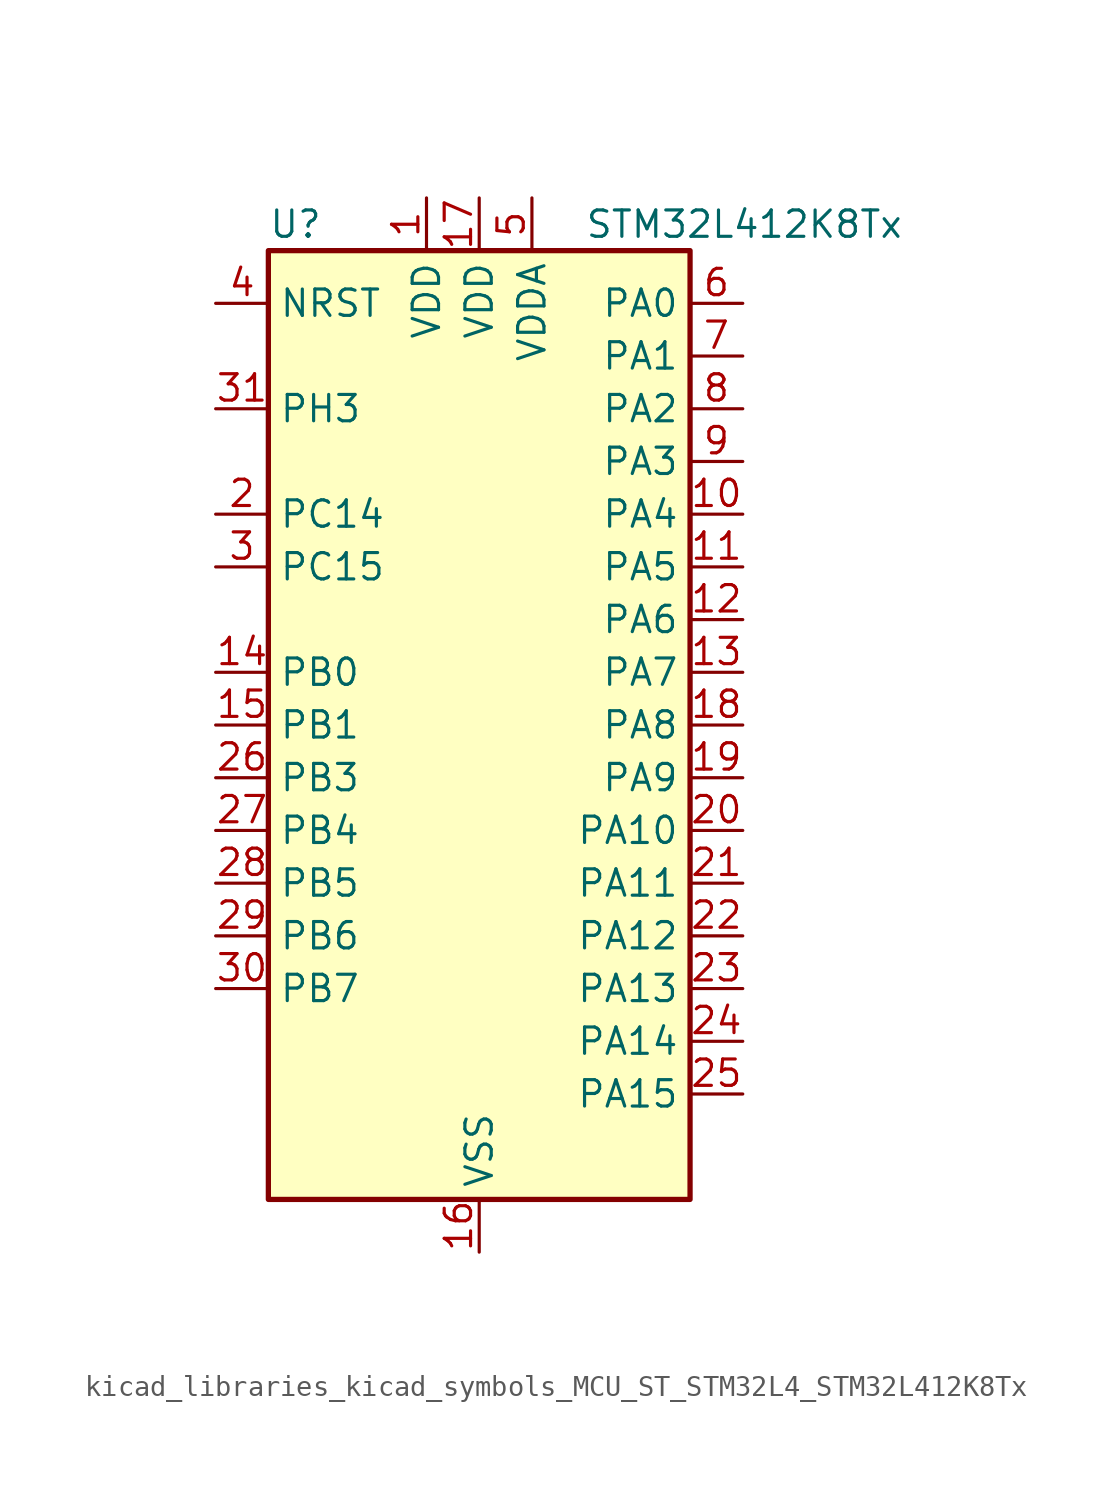
<source format=kicad_sym>
(kicad_symbol_lib
  (version 20220914)
  (generator kicad_symbol_editor)
  (symbol "kicad_libraries_kicad_symbols_MCU_ST_STM32L4_STM32L412K8Tx"
    (property "Reference" "U"
      (at -10.16 24.13 0)
      (effects (font (size 1.27 1.27)) (justify left)))
    (property "Value" "STM32L412K8Tx"
      (at 5.08 24.13 0)
      (effects (font (size 1.27 1.27)) (justify left)))
    (property "ki_locked" ""
      (at 0 0 0)
      (effects (font (size 1.27 1.27))))
    (symbol "kicad_libraries_kicad_symbols_MCU_ST_STM32L4_STM32L412K8Tx_0_1"
      (rectangle (start -10.16 -22.86) (end 10.16 22.86) (stroke (width 0.254) (type default)) (fill (type background))))
    (symbol "kicad_libraries_kicad_symbols_MCU_ST_STM32L4_STM32L412K8Tx_1_1"
      (pin power_in line (at -2.54 25.4 270) (length 2.54) (name "VDD" (effects (font (size 1.27 1.27)))) (number "1" (effects (font (size 1.27 1.27)))))
      (pin bidirectional line (at 12.7 10.16 180) (length 2.54) (name "PA4" (effects (font (size 1.27 1.27)))) (number "10" (effects (font (size 1.27 1.27)))) (alternate "ADC1_IN9" bidirectional line) (alternate "ADC2_IN9" bidirectional line) (alternate "COMP1_INM" bidirectional line) (alternate "LPTIM2_OUT" bidirectional line) (alternate "SPI1_NSS" bidirectional line) (alternate "USART2_CK" bidirectional line))
      (pin bidirectional line (at 12.7 7.62 180) (length 2.54) (name "PA5" (effects (font (size 1.27 1.27)))) (number "11" (effects (font (size 1.27 1.27)))) (alternate "ADC1_IN10" bidirectional line) (alternate "ADC2_IN10" bidirectional line) (alternate "COMP1_INM" bidirectional line) (alternate "LPTIM2_ETR" bidirectional line) (alternate "SPI1_SCK" bidirectional line) (alternate "TIM2_CH1" bidirectional line) (alternate "TIM2_ETR" bidirectional line))
      (pin bidirectional line (at 12.7 5.08 180) (length 2.54) (name "PA6" (effects (font (size 1.27 1.27)))) (number "12" (effects (font (size 1.27 1.27)))) (alternate "ADC1_IN11" bidirectional line) (alternate "ADC2_IN11" bidirectional line) (alternate "COMP1_OUT" bidirectional line) (alternate "LPUART1_CTS" bidirectional line) (alternate "QUADSPI_BK1_IO3" bidirectional line) (alternate "SPI1_MISO" bidirectional line) (alternate "TIM16_CH1" bidirectional line) (alternate "TIM1_BKIN" bidirectional line))
      (pin bidirectional line (at 12.7 2.54 180) (length 2.54) (name "PA7" (effects (font (size 1.27 1.27)))) (number "13" (effects (font (size 1.27 1.27)))) (alternate "ADC1_IN12" bidirectional line) (alternate "ADC2_IN12" bidirectional line) (alternate "I2C3_SCL" bidirectional line) (alternate "QUADSPI_BK1_IO2" bidirectional line) (alternate "SPI1_MOSI" bidirectional line) (alternate "TIM1_CH1N" bidirectional line))
      (pin bidirectional line (at -12.7 2.54 0) (length 2.54) (name "PB0" (effects (font (size 1.27 1.27)))) (number "14" (effects (font (size 1.27 1.27)))) (alternate "ADC1_IN15" bidirectional line) (alternate "ADC2_IN15" bidirectional line) (alternate "COMP1_OUT" bidirectional line) (alternate "QUADSPI_BK1_IO1" bidirectional line) (alternate "SPI1_NSS" bidirectional line) (alternate "SYS_TRACED0" bidirectional line) (alternate "TIM1_CH2N" bidirectional line))
      (pin bidirectional line (at -12.7 0 0) (length 2.54) (name "PB1" (effects (font (size 1.27 1.27)))) (number "15" (effects (font (size 1.27 1.27)))) (alternate "ADC1_IN16" bidirectional line) (alternate "ADC2_IN16" bidirectional line) (alternate "COMP1_INM" bidirectional line) (alternate "LPTIM2_IN1" bidirectional line) (alternate "LPUART1_DE" bidirectional line) (alternate "LPUART1_RTS" bidirectional line) (alternate "QUADSPI_BK1_IO0" bidirectional line) (alternate "SYS_TRACED1" bidirectional line) (alternate "TIM1_CH3N" bidirectional line))
      (pin power_in line (at 0 -25.4 90) (length 2.54) (name "VSS" (effects (font (size 1.27 1.27)))) (number "16" (effects (font (size 1.27 1.27)))))
      (pin power_in line (at 0 25.4 270) (length 2.54) (name "VDD" (effects (font (size 1.27 1.27)))) (number "17" (effects (font (size 1.27 1.27)))))
      (pin bidirectional line (at 12.7 0 180) (length 2.54) (name "PA8" (effects (font (size 1.27 1.27)))) (number "18" (effects (font (size 1.27 1.27)))) (alternate "LPTIM2_OUT" bidirectional line) (alternate "RCC_MCO" bidirectional line) (alternate "TIM1_CH1" bidirectional line) (alternate "USART1_CK" bidirectional line))
      (pin bidirectional line (at 12.7 -2.54 180) (length 2.54) (name "PA9" (effects (font (size 1.27 1.27)))) (number "19" (effects (font (size 1.27 1.27)))) (alternate "I2C1_SCL" bidirectional line) (alternate "TIM15_BKIN" bidirectional line) (alternate "TIM1_CH2" bidirectional line) (alternate "USART1_TX" bidirectional line))
      (pin bidirectional line (at -12.7 10.16 0) (length 2.54) (name "PC14" (effects (font (size 1.27 1.27)))) (number "2" (effects (font (size 1.27 1.27)))) (alternate "RCC_OSC32_IN" bidirectional line))
      (pin bidirectional line (at 12.7 -5.08 180) (length 2.54) (name "PA10" (effects (font (size 1.27 1.27)))) (number "20" (effects (font (size 1.27 1.27)))) (alternate "CRS_SYNC" bidirectional line) (alternate "I2C1_SDA" bidirectional line) (alternate "TIM1_CH3" bidirectional line) (alternate "USART1_RX" bidirectional line))
      (pin bidirectional line (at 12.7 -7.62 180) (length 2.54) (name "PA11" (effects (font (size 1.27 1.27)))) (number "21" (effects (font (size 1.27 1.27)))) (alternate "ADC1_EXTI11" bidirectional line) (alternate "ADC2_EXTI11" bidirectional line) (alternate "COMP1_OUT" bidirectional line) (alternate "SPI1_MISO" bidirectional line) (alternate "TIM1_BKIN2" bidirectional line) (alternate "TIM1_BKIN2_COMP1" bidirectional line) (alternate "TIM1_CH4" bidirectional line) (alternate "USART1_CTS" bidirectional line) (alternate "USB_DM" bidirectional line))
      (pin bidirectional line (at 12.7 -10.16 180) (length 2.54) (name "PA12" (effects (font (size 1.27 1.27)))) (number "22" (effects (font (size 1.27 1.27)))) (alternate "SPI1_MOSI" bidirectional line) (alternate "TIM1_ETR" bidirectional line) (alternate "USART1_DE" bidirectional line) (alternate "USART1_RTS" bidirectional line) (alternate "USB_DP" bidirectional line))
      (pin bidirectional line (at 12.7 -12.7 180) (length 2.54) (name "PA13" (effects (font (size 1.27 1.27)))) (number "23" (effects (font (size 1.27 1.27)))) (alternate "IR_OUT" bidirectional line) (alternate "SYS_JTMS-SWDIO" bidirectional line) (alternate "USB_NOE" bidirectional line))
      (pin bidirectional line (at 12.7 -15.24 180) (length 2.54) (name "PA14" (effects (font (size 1.27 1.27)))) (number "24" (effects (font (size 1.27 1.27)))) (alternate "I2C1_SMBA" bidirectional line) (alternate "LPTIM1_OUT" bidirectional line) (alternate "SYS_JTCK-SWCLK" bidirectional line))
      (pin bidirectional line (at 12.7 -17.78 180) (length 2.54) (name "PA15" (effects (font (size 1.27 1.27)))) (number "25" (effects (font (size 1.27 1.27)))) (alternate "ADC1_EXTI15" bidirectional line) (alternate "ADC2_EXTI15" bidirectional line) (alternate "SPI1_NSS" bidirectional line) (alternate "SYS_JTDI" bidirectional line) (alternate "TIM2_CH1" bidirectional line) (alternate "TIM2_ETR" bidirectional line) (alternate "USART2_RX" bidirectional line))
      (pin bidirectional line (at -12.7 -2.54 0) (length 2.54) (name "PB3" (effects (font (size 1.27 1.27)))) (number "26" (effects (font (size 1.27 1.27)))) (alternate "SPI1_SCK" bidirectional line) (alternate "SYS_JTDO-SWO" bidirectional line) (alternate "TIM2_CH2" bidirectional line) (alternate "USART1_DE" bidirectional line) (alternate "USART1_RTS" bidirectional line))
      (pin bidirectional line (at -12.7 -5.08 0) (length 2.54) (name "PB4" (effects (font (size 1.27 1.27)))) (number "27" (effects (font (size 1.27 1.27)))) (alternate "I2C3_SDA" bidirectional line) (alternate "SPI1_MISO" bidirectional line) (alternate "SYS_JTRST" bidirectional line) (alternate "TSC_G2_IO1" bidirectional line) (alternate "USART1_CTS" bidirectional line))
      (pin bidirectional line (at -12.7 -7.62 0) (length 2.54) (name "PB5" (effects (font (size 1.27 1.27)))) (number "28" (effects (font (size 1.27 1.27)))) (alternate "I2C1_SMBA" bidirectional line) (alternate "LPTIM1_IN1" bidirectional line) (alternate "SPI1_MOSI" bidirectional line) (alternate "SYS_TRACED2" bidirectional line) (alternate "TIM16_BKIN" bidirectional line) (alternate "TSC_G2_IO2" bidirectional line) (alternate "USART1_CK" bidirectional line))
      (pin bidirectional line (at -12.7 -10.16 0) (length 2.54) (name "PB6" (effects (font (size 1.27 1.27)))) (number "29" (effects (font (size 1.27 1.27)))) (alternate "I2C1_SCL" bidirectional line) (alternate "LPTIM1_ETR" bidirectional line) (alternate "SYS_TRACED3" bidirectional line) (alternate "TIM16_CH1N" bidirectional line) (alternate "TSC_G2_IO3" bidirectional line) (alternate "USART1_TX" bidirectional line))
      (pin bidirectional line (at -12.7 7.62 0) (length 2.54) (name "PC15" (effects (font (size 1.27 1.27)))) (number "3" (effects (font (size 1.27 1.27)))) (alternate "ADC1_EXTI15" bidirectional line) (alternate "ADC2_EXTI15" bidirectional line) (alternate "RCC_OSC32_OUT" bidirectional line))
      (pin bidirectional line (at -12.7 -12.7 0) (length 2.54) (name "PB7" (effects (font (size 1.27 1.27)))) (number "30" (effects (font (size 1.27 1.27)))) (alternate "I2C1_SDA" bidirectional line) (alternate "LPTIM1_IN2" bidirectional line) (alternate "SYS_PVD_IN" bidirectional line) (alternate "SYS_TRACECLK" bidirectional line) (alternate "TSC_G2_IO4" bidirectional line) (alternate "USART1_RX" bidirectional line))
      (pin bidirectional line (at -12.7 15.24 0) (length 2.54) (name "PH3" (effects (font (size 1.27 1.27)))) (number "31" (effects (font (size 1.27 1.27)))))
      (pin passive line (at 0 -25.4 90) (length 2.54) hide (name "VSS" (effects (font (size 1.27 1.27)))) (number "32" (effects (font (size 1.27 1.27)))))
      (pin input line (at -12.7 20.32 0) (length 2.54) (name "NRST" (effects (font (size 1.27 1.27)))) (number "4" (effects (font (size 1.27 1.27)))))
      (pin power_in line (at 2.54 25.4 270) (length 2.54) (name "VDDA" (effects (font (size 1.27 1.27)))) (number "5" (effects (font (size 1.27 1.27)))))
      (pin bidirectional line (at 12.7 20.32 180) (length 2.54) (name "PA0" (effects (font (size 1.27 1.27)))) (number "6" (effects (font (size 1.27 1.27)))) (alternate "ADC1_IN5" bidirectional line) (alternate "COMP1_INM" bidirectional line) (alternate "COMP1_OUT" bidirectional line) (alternate "OPAMP1_VINP" bidirectional line) (alternate "RCC_CK_IN" bidirectional line) (alternate "RTC_TAMP2" bidirectional line) (alternate "SYS_WKUP1" bidirectional line) (alternate "TIM2_CH1" bidirectional line) (alternate "TIM2_ETR" bidirectional line) (alternate "USART2_CTS" bidirectional line))
      (pin bidirectional line (at 12.7 17.78 180) (length 2.54) (name "PA1" (effects (font (size 1.27 1.27)))) (number "7" (effects (font (size 1.27 1.27)))) (alternate "ADC1_IN6" bidirectional line) (alternate "COMP1_INP" bidirectional line) (alternate "I2C1_SMBA" bidirectional line) (alternate "OPAMP1_VINM" bidirectional line) (alternate "SPI1_SCK" bidirectional line) (alternate "TIM15_CH1N" bidirectional line) (alternate "TIM2_CH2" bidirectional line) (alternate "USART2_DE" bidirectional line) (alternate "USART2_RTS" bidirectional line))
      (pin bidirectional line (at 12.7 15.24 180) (length 2.54) (name "PA2" (effects (font (size 1.27 1.27)))) (number "8" (effects (font (size 1.27 1.27)))) (alternate "ADC1_IN7" bidirectional line) (alternate "ADC2_IN7" bidirectional line) (alternate "LPUART1_TX" bidirectional line) (alternate "QUADSPI_BK1_NCS" bidirectional line) (alternate "RCC_LSCO" bidirectional line) (alternate "SYS_WKUP4" bidirectional line) (alternate "TIM15_CH1" bidirectional line) (alternate "TIM2_CH3" bidirectional line) (alternate "USART2_TX" bidirectional line))
      (pin bidirectional line (at 12.7 12.7 180) (length 2.54) (name "PA3" (effects (font (size 1.27 1.27)))) (number "9" (effects (font (size 1.27 1.27)))) (alternate "ADC1_IN8" bidirectional line) (alternate "ADC2_IN8" bidirectional line) (alternate "LPUART1_RX" bidirectional line) (alternate "OPAMP1_VOUT" bidirectional line) (alternate "QUADSPI_CLK" bidirectional line) (alternate "TIM15_CH2" bidirectional line) (alternate "TIM2_CH4" bidirectional line) (alternate "USART2_RX" bidirectional line)))))
</source>
